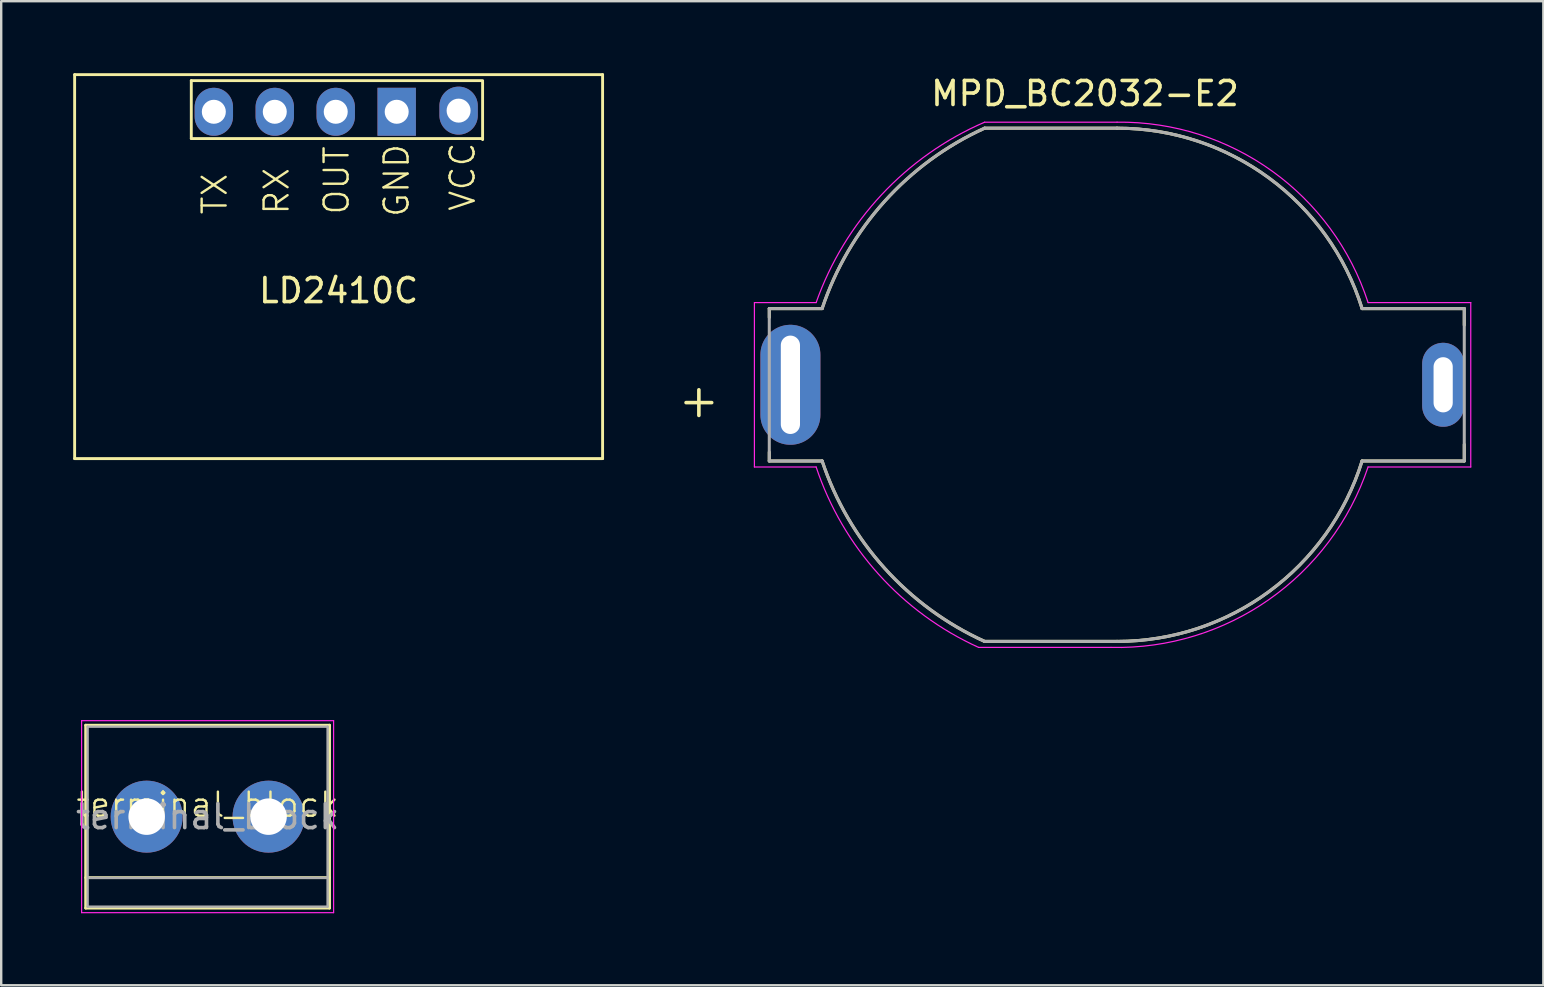
<source format=kicad_pcb>
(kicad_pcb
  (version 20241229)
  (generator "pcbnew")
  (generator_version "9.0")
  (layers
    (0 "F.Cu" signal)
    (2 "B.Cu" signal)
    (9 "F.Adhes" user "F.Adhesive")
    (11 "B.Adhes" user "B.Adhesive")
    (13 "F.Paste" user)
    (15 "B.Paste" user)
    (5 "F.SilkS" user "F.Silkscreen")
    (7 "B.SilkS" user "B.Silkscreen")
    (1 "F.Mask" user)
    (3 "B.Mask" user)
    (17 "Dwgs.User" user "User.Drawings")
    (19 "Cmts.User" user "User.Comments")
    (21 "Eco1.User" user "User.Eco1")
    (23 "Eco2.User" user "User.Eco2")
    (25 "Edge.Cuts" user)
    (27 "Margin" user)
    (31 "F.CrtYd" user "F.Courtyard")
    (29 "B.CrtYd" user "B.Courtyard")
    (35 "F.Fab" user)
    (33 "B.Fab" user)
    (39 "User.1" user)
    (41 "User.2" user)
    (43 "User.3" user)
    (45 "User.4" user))
  (footprint "terminal_block"
    (layer "F.Cu")
    (at 5.601 30.98)
    (property "Reference" "terminal_block" (at 0 -0.5 0) (unlocked yes) (layer "F.SilkS") (effects (font (size 1 1) (thickness 0.1))))
    (attr through_hole)
    (fp_line (start -5.08 -3.81) (end -5.08 3.81) (stroke (width 0.12) (type solid)) (layer "F.SilkS"))
    (fp_line (start -5.08 3.81) (end 5.08 3.81) (stroke (width 0.12) (type solid)) (layer "F.SilkS"))
    (fp_line (start 5.08 -3.81) (end -5.08 -3.81) (stroke (width 0.12) (type solid)) (layer "F.SilkS"))
    (fp_line (start 5.08 2.54) (end -5.08 2.54) (stroke (width 0.12) (type solid)) (layer "F.SilkS"))
    (fp_line (start 5.08 3.81) (end 5.08 -3.81) (stroke (width 0.12) (type solid)) (layer "F.SilkS"))
    (fp_line (start -5.25 -4) (end -5.25 4) (stroke (width 0.05) (type solid)) (layer "F.CrtYd"))
    (fp_line (start -5.25 -4) (end 5.25 -4) (stroke (width 0.05) (type solid)) (layer "F.CrtYd"))
    (fp_line (start 5.25 4) (end -5.25 4) (stroke (width 0.05) (type solid)) (layer "F.CrtYd"))
    (fp_line (start 5.25 4) (end 5.25 -4) (stroke (width 0.05) (type solid)) (layer "F.CrtYd"))
    (fp_line (start -5 -3.75) (end -5 3.75) (stroke (width 0.1) (type solid)) (layer "F.Fab"))
    (fp_line (start -5 3.75) (end 5 3.75) (stroke (width 0.1) (type solid)) (layer "F.Fab"))
    (fp_line (start -4.95 2.55) (end 4.95 2.55) (stroke (width 0.1) (type solid)) (layer "F.Fab"))
    (fp_line (start 5 -3.75) (end -5 -3.75) (stroke (width 0.1) (type solid)) (layer "F.Fab"))
    (fp_line (start 5 3.75) (end 5 -3.75) (stroke (width 0.1) (type solid)) (layer "F.Fab"))
    (fp_text user "${REFERENCE}" (at 0 0 0) (layer "F.Fab") (effects (font (size 1 1) (thickness 0.15))))
    (pad "1" thru_hole circle (at -2.54 0) (size 3 3) (drill 1.52) (layers "*.Cu" "*.Mask"))
    (pad "2" thru_hole circle (at 2.54 0) (size 3 3) (drill 1.52) (layers "*.Cu" "*.Mask")))
  (footprint "LD2410C"
    (layer "F.Cu")
    (at 11.06 8.06)
    (property "Reference" "LD2410C" (at 0 1 0) (layer "F.SilkS") (effects (font (size 1 1) (thickness 0.15))))
    (attr through_hole)
    (fp_line (start -11 -8) (end -11 8) (stroke (width 0.12) (type solid)) (layer "F.SilkS"))
    (fp_line (start -11 -8) (end 11 -8) (stroke (width 0.12) (type solid)) (layer "F.SilkS"))
    (fp_line (start -11 8) (end 11 8) (stroke (width 0.12) (type solid)) (layer "F.SilkS"))
    (fp_line (start -6.139 -7.75) (end -6.139 -5.337) (stroke (width 0.12) (type solid)) (layer "F.SilkS"))
    (fp_line (start -6.139 -7.75) (end 6 -7.75) (stroke (width 0.12) (type solid)) (layer "F.SilkS"))
    (fp_line (start 6 -7.707) (end 6 -5.293) (stroke (width 0.12) (type solid)) (layer "F.SilkS"))
    (fp_line (start 6 -5.337) (end -6.139 -5.337) (stroke (width 0.12) (type solid)) (layer "F.SilkS"))
    (fp_line (start 11 -8) (end 11 8) (stroke (width 0.12) (type solid)) (layer "F.SilkS"))
    (fp_text user "RX" (at -2 -2.102 90) (unlocked yes) (layer "F.SilkS") (effects (font (size 1 1) (thickness 0.1)) (justify left bottom)))
    (fp_text user "OUT" (at 0.5 -2.102 90) (unlocked yes) (layer "F.SilkS") (effects (font (size 1 1) (thickness 0.1)) (justify left bottom)))
    (fp_text user "GND" (at 3 -2 90) (unlocked yes) (layer "F.SilkS") (effects (font (size 1 1) (thickness 0.1)) (justify left bottom)))
    (fp_text user "VCC" (at 5.75 -2.25 90) (unlocked yes) (layer "F.SilkS") (effects (font (size 1 1) (thickness 0.1)) (justify left bottom)))
    (fp_text user "TX" (at -4.58 -2.102 90) (unlocked yes) (layer "F.SilkS") (effects (font (size 1 1) (thickness 0.1)) (justify left bottom)))
    (pad "1" thru_hole oval (at -5.2 -6.452 90) (size 2 1.6) (drill 1) (layers "*.Cu" "*.Mask"))
    (pad "2" thru_hole oval (at -2.66 -6.452 90) (size 2 1.6) (drill 1) (layers "*.Cu" "*.Mask"))
    (pad "3" thru_hole oval (at -0.12 -6.452 90) (size 2 1.6) (drill 1) (layers "*.Cu" "*.Mask"))
    (pad "4" thru_hole rect (at 2.42 -6.452 90) (size 2 1.6) (drill 1) (layers "*.Cu" "*.Mask"))
    (pad "5" thru_hole oval (at 5 -6.5 90) (size 2 1.6) (drill 1) (layers "*.Cu" "*.Mask")))
  (footprint "MPD_BC2032-E2"
    (layer "F.Cu")
    (at 43.486 12.984)
    (property "Reference" "MPD_BC2032-E2" (at -1.325 -12.136 0) (layer "F.SilkS") (effects (font (size 1 1) (thickness 0.15))))
    (attr through_hole)
    (fp_line (start -14.48 -3.175) (end -14.48 -2.806) (stroke (width 0.127) (type solid)) (layer "F.SilkS"))
    (fp_line (start -14.48 2.806) (end -14.48 3.175) (stroke (width 0.127) (type solid)) (layer "F.SilkS"))
    (fp_line (start -14.48 3.175) (end -12.278 3.175) (stroke (width 0.127) (type solid)) (layer "F.SilkS"))
    (fp_line (start -12.278 -3.175) (end -14.48 -3.175) (stroke (width 0.127) (type solid)) (layer "F.SilkS"))
    (fp_line (start -5.507 10.693) (end 0.01 10.693) (stroke (width 0.127) (type solid)) (layer "F.SilkS"))
    (fp_line (start 0.01 -10.693) (end -5.507 -10.693) (stroke (width 0.127) (type solid)) (layer "F.SilkS"))
    (fp_line (start 10.222 3.175) (end 14.48 3.175) (stroke (width 0.127) (type solid)) (layer "F.SilkS"))
    (fp_line (start 14.48 -3.175) (end 10.222 -3.175) (stroke (width 0.127) (type solid)) (layer "F.SilkS"))
    (fp_line (start 14.48 -2.487) (end 14.48 -3.175) (stroke (width 0.127) (type solid)) (layer "F.SilkS"))
    (fp_line (start 14.48 3.175) (end 14.48 2.487) (stroke (width 0.127) (type solid)) (layer "F.SilkS"))
    (fp_arc (start -12.278 -3.175) (mid -9.677741 -7.641197) (end -5.50733 -10.6934) (stroke (width 0.127) (type solid)) (layer "F.SilkS"))
    (fp_arc (start -5.50733 10.6934) (mid -9.677741 7.641198) (end -12.278 3.175) (stroke (width 0.127) (type solid)) (layer "F.SilkS"))
    (fp_arc (start 0.010472 -10.6934) (mid 6.350736 -8.611058) (end 10.2217 -3.175) (stroke (width 0.127) (type solid)) (layer "F.SilkS"))
    (fp_arc (start 10.2217 3.175) (mid 6.350736 8.611059) (end 0.010472 10.693401) (stroke (width 0.127) (type solid)) (layer "F.SilkS"))
    (fp_line (start -15.1 -3.425) (end -15.1 3.425) (stroke (width 0.05) (type solid)) (layer "F.CrtYd"))
    (fp_line (start -15.1 3.425) (end -12.528 3.425) (stroke (width 0.05) (type solid)) (layer "F.CrtYd"))
    (fp_line (start -12.528 -3.425) (end -15.1 -3.425) (stroke (width 0.05) (type solid)) (layer "F.CrtYd"))
    (fp_line (start -5.757 10.943) (end -0.24 10.943) (stroke (width 0.05) (type solid)) (layer "F.CrtYd"))
    (fp_line (start 0.01 -10.943) (end -5.507 -10.943) (stroke (width 0.05) (type solid)) (layer "F.CrtYd"))
    (fp_line (start 10.472 3.425) (end 14.75 3.425) (stroke (width 0.05) (type solid)) (layer "F.CrtYd"))
    (fp_line (start 14.75 -3.425) (end 10.472 -3.425) (stroke (width 0.05) (type solid)) (layer "F.CrtYd"))
    (fp_line (start 14.75 3.425) (end 14.75 -3.425) (stroke (width 0.05) (type solid)) (layer "F.CrtYd"))
    (fp_arc (start -12.528 -3.425) (mid -9.802741 -7.917303) (end -5.50733 -10.9434) (stroke (width 0.05) (type solid)) (layer "F.CrtYd"))
    (fp_arc (start -5.75733 10.9434) (mid -9.927741 7.891198) (end -12.528 3.425) (stroke (width 0.05) (type solid)) (layer "F.CrtYd"))
    (fp_arc (start 0.010472 -10.9434) (mid 6.475736 -8.902112) (end 10.4717 -3.425) (stroke (width 0.05) (type solid)) (layer "F.CrtYd"))
    (fp_arc (start 10.4717 3.425) (mid 6.350735 8.943167) (end -0.239529 10.9434) (stroke (width 0.05) (type solid)) (layer "F.CrtYd"))
    (fp_line (start -14.48 -3.175) (end -14.48 3.175) (stroke (width 0.127) (type solid)) (layer "F.Fab"))
    (fp_line (start -14.48 3.175) (end -12.278 3.175) (stroke (width 0.127) (type solid)) (layer "F.Fab"))
    (fp_line (start -12.278 -3.175) (end -14.48 -3.175) (stroke (width 0.127) (type solid)) (layer "F.Fab"))
    (fp_line (start -5.507 10.693) (end 0.01 10.693) (stroke (width 0.127) (type solid)) (layer "F.Fab"))
    (fp_line (start 0.01 -10.693) (end -5.507 -10.693) (stroke (width 0.127) (type solid)) (layer "F.Fab"))
    (fp_line (start 10.222 3.175) (end 14.48 3.175) (stroke (width 0.127) (type solid)) (layer "F.Fab"))
    (fp_line (start 14.48 -3.175) (end 10.222 -3.175) (stroke (width 0.127) (type solid)) (layer "F.Fab"))
    (fp_line (start 14.48 3.175) (end 14.48 -3.175) (stroke (width 0.127) (type solid)) (layer "F.Fab"))
    (fp_arc (start -12.278 -3.175) (mid -9.677741 -7.641197) (end -5.50733 -10.6934) (stroke (width 0.127) (type solid)) (layer "F.Fab"))
    (fp_arc (start -5.50733 10.6934) (mid -9.677741 7.641198) (end -12.278 3.175) (stroke (width 0.127) (type solid)) (layer "F.Fab"))
    (fp_arc (start 0.010472 -10.6934) (mid 6.350736 -8.611058) (end 10.2217 -3.175) (stroke (width 0.127) (type solid)) (layer "F.Fab"))
    (fp_arc (start 10.2217 3.175) (mid 6.350736 8.611059) (end 0.010472 10.693401) (stroke (width 0.127) (type solid)) (layer "F.Fab"))
    (fp_text user "+" (at -17.414 0.636 0) (layer "F.SilkS") (effects (font (size 1.401 1.401) (thickness 0.15))))
    (pad "N" thru_hole oval (at 13.6 0) (size 1.75 3.5) (drill oval 0.8 2.3) (layers "*.Cu" "*.Mask"))
    (pad "P" thru_hole oval (at -13.6 0) (size 2.5 5) (drill oval 0.8 4.1) (layers "*.Cu" "*.Mask")))
  (gr_rect
    (start -3 -3)
    (end 61.261 38.005)
    (stroke (width 0.1) (type default))
    (fill no)
    (layer "Edge.Cuts")))
</source>
